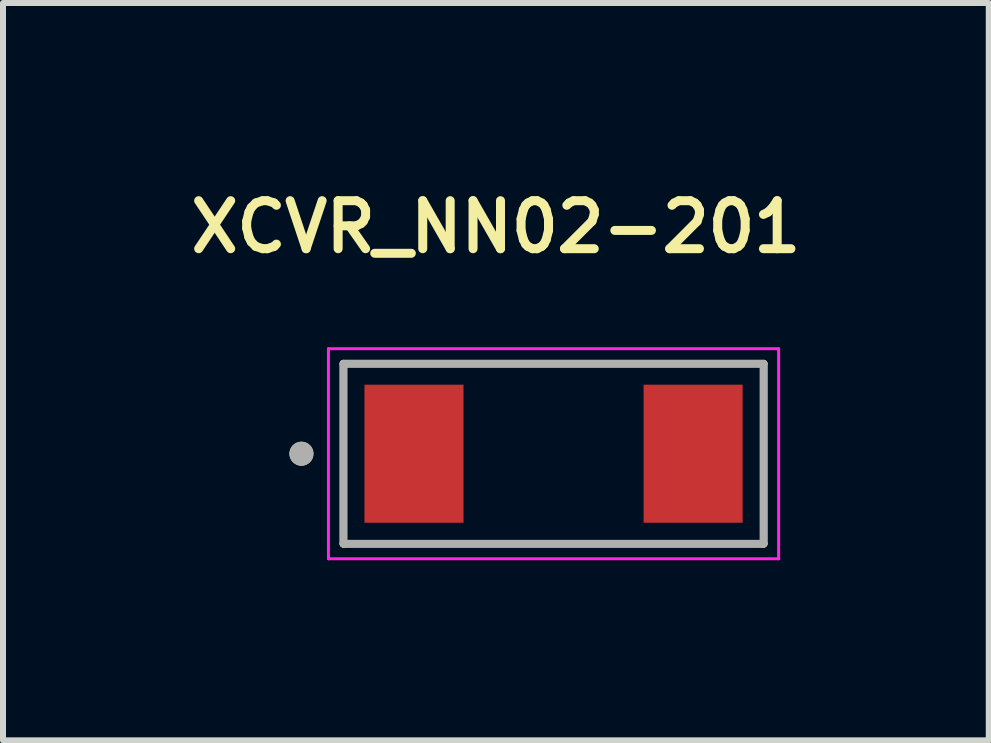
<source format=kicad_pcb>
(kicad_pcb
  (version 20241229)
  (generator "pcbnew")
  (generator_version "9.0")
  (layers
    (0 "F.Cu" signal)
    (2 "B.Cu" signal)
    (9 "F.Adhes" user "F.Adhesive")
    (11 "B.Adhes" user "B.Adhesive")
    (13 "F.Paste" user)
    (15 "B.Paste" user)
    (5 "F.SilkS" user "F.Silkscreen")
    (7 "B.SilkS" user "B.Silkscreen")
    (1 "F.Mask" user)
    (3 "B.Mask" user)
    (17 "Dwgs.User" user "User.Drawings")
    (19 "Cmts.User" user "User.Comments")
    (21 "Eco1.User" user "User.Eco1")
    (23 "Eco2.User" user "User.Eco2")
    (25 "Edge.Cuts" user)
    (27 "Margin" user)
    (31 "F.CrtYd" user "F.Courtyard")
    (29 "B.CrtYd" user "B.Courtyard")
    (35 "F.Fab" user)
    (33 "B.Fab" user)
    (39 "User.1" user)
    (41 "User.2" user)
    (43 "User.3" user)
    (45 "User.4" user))
  (footprint "XCVR_NN02-201"
    (layer "F.Cu")
    (at 6.172 4.509)
    (property "Reference" "XCVR_NN02-201" (at -0.96 -3.778 0) (layer "F.SilkS") (effects (font (size 0.8 0.8) (thickness 0.15))))
    (attr through_hole)
    (fp_line (start -3.5 -1.5) (end -3.5 1.5) (stroke (width 0.127) (type solid)) (layer "F.SilkS"))
    (fp_line (start -3.5 -1.5) (end 3.5 -1.5) (stroke (width 0.127) (type solid)) (layer "F.SilkS"))
    (fp_line (start 3.5 -1.5) (end 3.5 1.5) (stroke (width 0.127) (type solid)) (layer "F.SilkS"))
    (fp_line (start 3.5 1.5) (end -3.5 1.5) (stroke (width 0.127) (type solid)) (layer "F.SilkS"))
    (fp_circle (center -4.2 0) (end -4.1 0) (stroke (width 0.2) (type solid)) (fill no) (layer "F.SilkS"))
    (fp_line (start -3.75 -1.75) (end 3.75 -1.75) (stroke (width 0.05) (type solid)) (layer "F.CrtYd"))
    (fp_line (start -3.75 1.75) (end -3.75 -1.75) (stroke (width 0.05) (type solid)) (layer "F.CrtYd"))
    (fp_line (start 3.75 -1.75) (end 3.75 1.75) (stroke (width 0.05) (type solid)) (layer "F.CrtYd"))
    (fp_line (start 3.75 1.75) (end -3.75 1.75) (stroke (width 0.05) (type solid)) (layer "F.CrtYd"))
    (fp_line (start -3.5 -1.5) (end -3.5 1.5) (stroke (width 0.127) (type solid)) (layer "F.Fab"))
    (fp_line (start -3.5 1.5) (end 3.5 1.5) (stroke (width 0.127) (type solid)) (layer "F.Fab"))
    (fp_line (start 3.5 -1.5) (end -3.5 -1.5) (stroke (width 0.127) (type solid)) (layer "F.Fab"))
    (fp_line (start 3.5 1.5) (end 3.5 -1.5) (stroke (width 0.127) (type solid)) (layer "F.Fab"))
    (fp_circle (center -4.2 0) (end -4.1 0) (stroke (width 0.2) (type solid)) (fill no) (layer "F.Fab"))
    (pad "1" smd rect (at -2.325 0) (size 1.65 2.3) (layers "F.Cu" "F.Mask" "F.Paste"))
    (pad "2" smd rect (at 2.325 0) (size 1.65 2.3) (layers "F.Cu" "F.Mask" "F.Paste"))
    (zone (net_name "") (layer "F.Cu") (hatch full 0.508) (connect_pads) (min_thickness 0.01) (filled_areas_thickness no) (keepout (tracks not_allowed) (vias not_allowed) (pads not_allowed) (copperpour not_allowed) (footprints allowed)) (placement (enabled no)) (fill) (polygon (pts (xy 7.672 6.009) (xy 4.672 6.009) (xy 4.672 3.009) (xy 7.672 3.009))))
    (zone (net_name "") (layers "F.Cu" "B.Cu") (hatch full 0.508) (connect_pads) (min_thickness 0.01) (filled_areas_thickness no) (keepout (tracks allowed) (vias not_allowed) (pads allowed) (copperpour allowed) (footprints allowed)) (placement (enabled no)) (fill) (polygon (pts (xy 7.672 6.009) (xy 4.672 6.009) (xy 4.672 3.009) (xy 7.672 3.009)))))
  (gr_rect
    (start -3 -3)
    (end 13.423 9.284)
    (stroke (width 0.1) (type default))
    (fill no)
    (layer "Edge.Cuts")))
</source>
